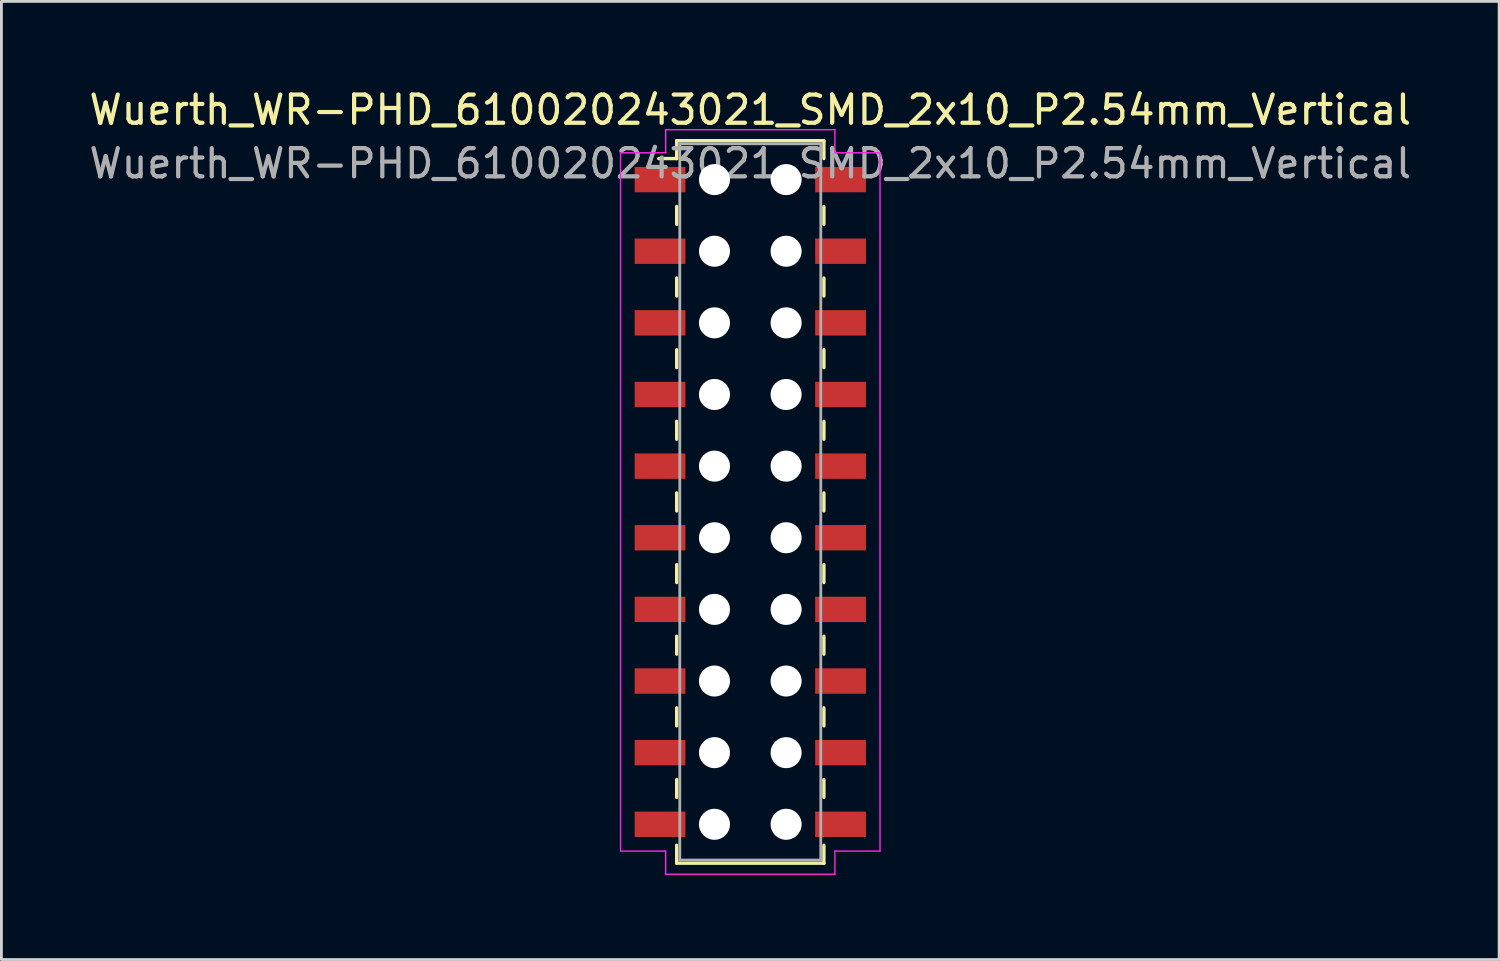
<source format=kicad_pcb>
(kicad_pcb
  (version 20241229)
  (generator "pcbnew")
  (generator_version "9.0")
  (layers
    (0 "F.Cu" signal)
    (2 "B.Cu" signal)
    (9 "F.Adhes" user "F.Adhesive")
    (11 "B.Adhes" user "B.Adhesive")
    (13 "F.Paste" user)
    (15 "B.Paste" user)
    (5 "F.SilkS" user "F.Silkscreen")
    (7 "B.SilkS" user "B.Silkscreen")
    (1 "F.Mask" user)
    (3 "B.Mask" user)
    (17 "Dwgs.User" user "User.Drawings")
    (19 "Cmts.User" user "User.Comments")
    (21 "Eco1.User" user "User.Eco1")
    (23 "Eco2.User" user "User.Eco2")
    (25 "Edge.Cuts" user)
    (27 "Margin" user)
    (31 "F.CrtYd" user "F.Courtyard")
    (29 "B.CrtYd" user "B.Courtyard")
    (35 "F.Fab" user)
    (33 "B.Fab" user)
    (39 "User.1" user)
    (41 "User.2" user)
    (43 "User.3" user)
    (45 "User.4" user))
  (footprint "Wuerth_WR-PHD_610020243021_SMD_2x10_P2.54mm_Vertical"
    (layer "F.Cu")
    (at 23.554 14.748)
    (property "Reference" "Wuerth_WR-PHD_610020243021_SMD_2x10_P2.54mm_Vertical" (at 0 -13.9 0) (layer "F.SilkS") (effects (font (size 1 1) (thickness 0.15))))
    (attr smd)
    (fp_line (start -2.61 -12.81) (end -2.61 -12.175) (stroke (width 0.12) (type solid)) (layer "F.SilkS"))
    (fp_line (start -2.61 -12.81) (end 2.61 -12.81) (stroke (width 0.12) (type solid)) (layer "F.SilkS"))
    (fp_line (start -2.61 -12.175) (end -3.245 -12.175) (stroke (width 0.12) (type solid)) (layer "F.SilkS"))
    (fp_line (start -2.61 -10.477) (end -2.61 -9.842) (stroke (width 0.12) (type solid)) (layer "F.SilkS"))
    (fp_line (start -2.61 -7.938) (end -2.61 -7.303) (stroke (width 0.12) (type solid)) (layer "F.SilkS"))
    (fp_line (start -2.61 -5.397) (end -2.61 -4.763) (stroke (width 0.12) (type solid)) (layer "F.SilkS"))
    (fp_line (start -2.61 -2.857) (end -2.61 -2.223) (stroke (width 0.12) (type solid)) (layer "F.SilkS"))
    (fp_line (start -2.61 -0.318) (end -2.61 0.318) (stroke (width 0.12) (type solid)) (layer "F.SilkS"))
    (fp_line (start -2.61 2.223) (end -2.61 2.857) (stroke (width 0.12) (type solid)) (layer "F.SilkS"))
    (fp_line (start -2.61 4.763) (end -2.61 5.397) (stroke (width 0.12) (type solid)) (layer "F.SilkS"))
    (fp_line (start -2.61 7.303) (end -2.61 7.938) (stroke (width 0.12) (type solid)) (layer "F.SilkS"))
    (fp_line (start -2.61 9.842) (end -2.61 10.477) (stroke (width 0.12) (type solid)) (layer "F.SilkS"))
    (fp_line (start -2.61 12.81) (end -2.61 12.175) (stroke (width 0.12) (type solid)) (layer "F.SilkS"))
    (fp_line (start -2.61 12.81) (end 2.61 12.81) (stroke (width 0.12) (type solid)) (layer "F.SilkS"))
    (fp_line (start 2.61 -12.81) (end 2.61 -12.175) (stroke (width 0.12) (type solid)) (layer "F.SilkS"))
    (fp_line (start 2.61 -10.477) (end 2.61 -9.842) (stroke (width 0.12) (type solid)) (layer "F.SilkS"))
    (fp_line (start 2.61 -7.938) (end 2.61 -7.303) (stroke (width 0.12) (type solid)) (layer "F.SilkS"))
    (fp_line (start 2.61 -5.397) (end 2.61 -4.763) (stroke (width 0.12) (type solid)) (layer "F.SilkS"))
    (fp_line (start 2.61 -2.857) (end 2.61 -2.223) (stroke (width 0.12) (type solid)) (layer "F.SilkS"))
    (fp_line (start 2.61 -0.318) (end 2.61 0.318) (stroke (width 0.12) (type solid)) (layer "F.SilkS"))
    (fp_line (start 2.61 2.223) (end 2.61 2.857) (stroke (width 0.12) (type solid)) (layer "F.SilkS"))
    (fp_line (start 2.61 4.763) (end 2.61 5.397) (stroke (width 0.12) (type solid)) (layer "F.SilkS"))
    (fp_line (start 2.61 7.303) (end 2.61 7.938) (stroke (width 0.12) (type solid)) (layer "F.SilkS"))
    (fp_line (start 2.61 9.842) (end 2.61 10.477) (stroke (width 0.12) (type solid)) (layer "F.SilkS"))
    (fp_line (start 2.61 12.81) (end 2.61 12.175) (stroke (width 0.12) (type solid)) (layer "F.SilkS"))
    (fp_line (start -4.6 -12.38) (end -3 -12.38) (stroke (width 0.05) (type solid)) (layer "F.CrtYd"))
    (fp_line (start -4.6 12.38) (end -4.6 -12.38) (stroke (width 0.05) (type solid)) (layer "F.CrtYd"))
    (fp_line (start -3 -13.2) (end 3 -13.2) (stroke (width 0.05) (type solid)) (layer "F.CrtYd"))
    (fp_line (start -3 -12.38) (end -3 -13.2) (stroke (width 0.05) (type solid)) (layer "F.CrtYd"))
    (fp_line (start -3 12.38) (end -4.6 12.38) (stroke (width 0.05) (type solid)) (layer "F.CrtYd"))
    (fp_line (start -3 13.2) (end -3 12.38) (stroke (width 0.05) (type solid)) (layer "F.CrtYd"))
    (fp_line (start 3 -13.2) (end 3 -12.38) (stroke (width 0.05) (type solid)) (layer "F.CrtYd"))
    (fp_line (start 3 -12.38) (end 4.6 -12.38) (stroke (width 0.05) (type solid)) (layer "F.CrtYd"))
    (fp_line (start 3 12.38) (end 3 13.2) (stroke (width 0.05) (type solid)) (layer "F.CrtYd"))
    (fp_line (start 3 13.2) (end -3 13.2) (stroke (width 0.05) (type solid)) (layer "F.CrtYd"))
    (fp_line (start 4.6 -12.38) (end 4.6 12.38) (stroke (width 0.05) (type solid)) (layer "F.CrtYd"))
    (fp_line (start 4.6 12.38) (end 3 12.38) (stroke (width 0.05) (type solid)) (layer "F.CrtYd"))
    (fp_line (start -2.5 -12.7) (end -2.5 12.7) (stroke (width 0.1) (type solid)) (layer "F.Fab"))
    (fp_line (start -2.5 12.7) (end 2.5 12.7) (stroke (width 0.1) (type solid)) (layer "F.Fab"))
    (fp_line (start 2.5 -12.7) (end -2.5 -12.7) (stroke (width 0.1) (type solid)) (layer "F.Fab"))
    (fp_line (start 2.5 12.7) (end 2.5 -12.7) (stroke (width 0.1) (type solid)) (layer "F.Fab"))
    (fp_text user "${REFERENCE}" (at 0 -12 0) (layer "F.Fab") (effects (font (size 1 1) (thickness 0.15))))
    (pad "" np_thru_hole circle (at -1.27 -11.43) (size 1.1 1.1) (drill 1.1) (layers "*.Cu" "*.Mask"))
    (pad "" np_thru_hole circle (at -1.27 -8.89) (size 1.1 1.1) (drill 1.1) (layers "*.Cu" "*.Mask"))
    (pad "" np_thru_hole circle (at -1.27 -6.35) (size 1.1 1.1) (drill 1.1) (layers "*.Cu" "*.Mask"))
    (pad "" np_thru_hole circle (at -1.27 -3.81) (size 1.1 1.1) (drill 1.1) (layers "*.Cu" "*.Mask"))
    (pad "" np_thru_hole circle (at -1.27 -1.27) (size 1.1 1.1) (drill 1.1) (layers "*.Cu" "*.Mask"))
    (pad "" np_thru_hole circle (at -1.27 1.27) (size 1.1 1.1) (drill 1.1) (layers "*.Cu" "*.Mask"))
    (pad "" np_thru_hole circle (at -1.27 3.81) (size 1.1 1.1) (drill 1.1) (layers "*.Cu" "*.Mask"))
    (pad "" np_thru_hole circle (at -1.27 6.35) (size 1.1 1.1) (drill 1.1) (layers "*.Cu" "*.Mask"))
    (pad "" np_thru_hole circle (at -1.27 8.89) (size 1.1 1.1) (drill 1.1) (layers "*.Cu" "*.Mask"))
    (pad "" np_thru_hole circle (at -1.27 11.43) (size 1.1 1.1) (drill 1.1) (layers "*.Cu" "*.Mask"))
    (pad "" np_thru_hole circle (at 1.27 -11.43) (size 1.1 1.1) (drill 1.1) (layers "*.Cu" "*.Mask"))
    (pad "" np_thru_hole circle (at 1.27 -8.89) (size 1.1 1.1) (drill 1.1) (layers "*.Cu" "*.Mask"))
    (pad "" np_thru_hole circle (at 1.27 -6.35) (size 1.1 1.1) (drill 1.1) (layers "*.Cu" "*.Mask"))
    (pad "" np_thru_hole circle (at 1.27 -3.81) (size 1.1 1.1) (drill 1.1) (layers "*.Cu" "*.Mask"))
    (pad "" np_thru_hole circle (at 1.27 -1.27) (size 1.1 1.1) (drill 1.1) (layers "*.Cu" "*.Mask"))
    (pad "" np_thru_hole circle (at 1.27 1.27) (size 1.1 1.1) (drill 1.1) (layers "*.Cu" "*.Mask"))
    (pad "" np_thru_hole circle (at 1.27 3.81) (size 1.1 1.1) (drill 1.1) (layers "*.Cu" "*.Mask"))
    (pad "" np_thru_hole circle (at 1.27 6.35) (size 1.1 1.1) (drill 1.1) (layers "*.Cu" "*.Mask"))
    (pad "" np_thru_hole circle (at 1.27 8.89) (size 1.1 1.1) (drill 1.1) (layers "*.Cu" "*.Mask"))
    (pad "" np_thru_hole circle (at 1.27 11.43) (size 1.1 1.1) (drill 1.1) (layers "*.Cu" "*.Mask"))
    (pad "1" smd rect (at -3.2 -11.43) (size 1.8 0.9) (layers "F.Cu" "F.Mask" "F.Paste"))
    (pad "2" smd rect (at 3.2 -11.43) (size 1.8 0.9) (layers "F.Cu" "F.Mask" "F.Paste"))
    (pad "3" smd rect (at -3.2 -8.89) (size 1.8 0.9) (layers "F.Cu" "F.Mask" "F.Paste"))
    (pad "4" smd rect (at 3.2 -8.89) (size 1.8 0.9) (layers "F.Cu" "F.Mask" "F.Paste"))
    (pad "5" smd rect (at -3.2 -6.35) (size 1.8 0.9) (layers "F.Cu" "F.Mask" "F.Paste"))
    (pad "6" smd rect (at 3.2 -6.35) (size 1.8 0.9) (layers "F.Cu" "F.Mask" "F.Paste"))
    (pad "7" smd rect (at -3.2 -3.81) (size 1.8 0.9) (layers "F.Cu" "F.Mask" "F.Paste"))
    (pad "8" smd rect (at 3.2 -3.81) (size 1.8 0.9) (layers "F.Cu" "F.Mask" "F.Paste"))
    (pad "9" smd rect (at -3.2 -1.27) (size 1.8 0.9) (layers "F.Cu" "F.Mask" "F.Paste"))
    (pad "10" smd rect (at 3.2 -1.27) (size 1.8 0.9) (layers "F.Cu" "F.Mask" "F.Paste"))
    (pad "11" smd rect (at -3.2 1.27) (size 1.8 0.9) (layers "F.Cu" "F.Mask" "F.Paste"))
    (pad "12" smd rect (at 3.2 1.27) (size 1.8 0.9) (layers "F.Cu" "F.Mask" "F.Paste"))
    (pad "13" smd rect (at -3.2 3.81) (size 1.8 0.9) (layers "F.Cu" "F.Mask" "F.Paste"))
    (pad "14" smd rect (at 3.2 3.81) (size 1.8 0.9) (layers "F.Cu" "F.Mask" "F.Paste"))
    (pad "15" smd rect (at -3.2 6.35) (size 1.8 0.9) (layers "F.Cu" "F.Mask" "F.Paste"))
    (pad "16" smd rect (at 3.2 6.35) (size 1.8 0.9) (layers "F.Cu" "F.Mask" "F.Paste"))
    (pad "17" smd rect (at -3.2 8.89) (size 1.8 0.9) (layers "F.Cu" "F.Mask" "F.Paste"))
    (pad "18" smd rect (at 3.2 8.89) (size 1.8 0.9) (layers "F.Cu" "F.Mask" "F.Paste"))
    (pad "19" smd rect (at -3.2 11.43) (size 1.8 0.9) (layers "F.Cu" "F.Mask" "F.Paste"))
    (pad "20" smd rect (at 3.2 11.43) (size 1.8 0.9) (layers "F.Cu" "F.Mask" "F.Paste")))
  (gr_rect
    (start -3 -3)
    (end 50.107 30.973)
    (stroke (width 0.1) (type default))
    (fill no)
    (layer "Edge.Cuts")))
</source>
